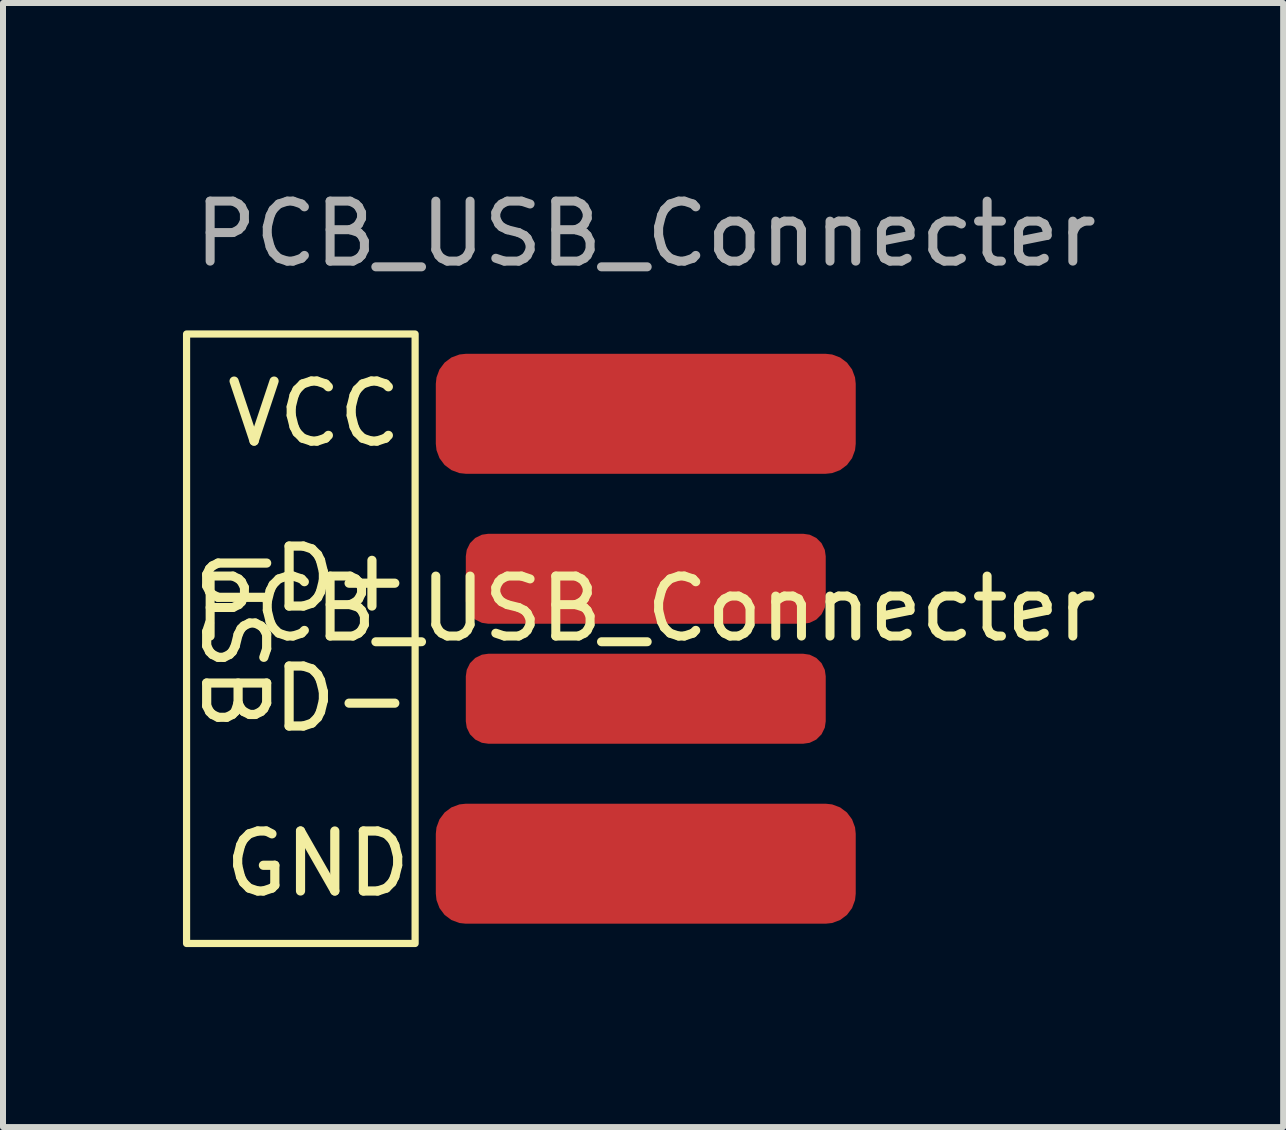
<source format=kicad_pcb>
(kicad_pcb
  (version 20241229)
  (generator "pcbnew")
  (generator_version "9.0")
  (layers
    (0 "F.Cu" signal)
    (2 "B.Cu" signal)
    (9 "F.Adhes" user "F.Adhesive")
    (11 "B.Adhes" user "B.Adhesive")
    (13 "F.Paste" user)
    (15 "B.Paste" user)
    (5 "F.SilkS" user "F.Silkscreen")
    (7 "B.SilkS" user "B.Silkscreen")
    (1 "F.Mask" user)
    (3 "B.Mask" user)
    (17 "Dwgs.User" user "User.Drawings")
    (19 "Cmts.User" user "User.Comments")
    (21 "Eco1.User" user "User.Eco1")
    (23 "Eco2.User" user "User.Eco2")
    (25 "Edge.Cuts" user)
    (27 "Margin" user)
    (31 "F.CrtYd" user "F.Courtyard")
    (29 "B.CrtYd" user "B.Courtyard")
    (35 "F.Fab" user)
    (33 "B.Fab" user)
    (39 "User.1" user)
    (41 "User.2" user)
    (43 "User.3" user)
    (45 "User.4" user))
  (footprint "PCB_USB_Connecter"
    (layer "F.Cu")
    (at 7.715 7.598)
    (property "Reference" "PCB_USB_Connecter" (at 0 -0.5 0) (unlocked yes) (layer "F.SilkS") (effects (font (size 1 1) (thickness 0.15))))
    (attr smd)
    (fp_rect (start -7.655 -5.08) (end -3.845 5.08) (stroke (width 0.12) (type default)) (fill no) (layer "F.SilkS"))
    (fp_text user "USB" (at -7.45 0 270) (unlocked yes) (layer "F.SilkS") (effects (font (size 1 1) (thickness 0.153)) (justify bottom)))
    (fp_text user "GND" (at -3.845 3.75 0) (unlocked yes) (layer "F.SilkS") (effects (font (size 1 1) (thickness 0.153)) (justify right)))
    (fp_text user "D-" (at -3.845 1 0) (unlocked yes) (layer "F.SilkS") (effects (font (size 1 1) (thickness 0.153)) (justify right)))
    (fp_text user "VCC" (at -4 -3.75 0) (unlocked yes) (layer "F.SilkS") (effects (font (size 1 1) (thickness 0.153)) (justify right)))
    (fp_text user "D+" (at -3.845 -1 0) (unlocked yes) (layer "F.SilkS") (effects (font (size 1 1) (thickness 0.153)) (justify right)))
    (fp_text user "${REFERENCE}" (at 0 -6.75 0) (unlocked yes) (layer "F.Fab") (effects (font (size 1 1) (thickness 0.15))))
    (pad "1" connect roundrect (at 0 -3.75) (size 7 2) (layers "F.Cu" "F.Mask") (roundrect_rratio 0.25))
    (pad "2" connect roundrect (at 0 -1) (size 6 1.5) (layers "F.Cu" "F.Mask") (roundrect_rratio 0.25))
    (pad "3" connect roundrect (at 0 1) (size 6 1.5) (layers "F.Cu" "F.Mask") (roundrect_rratio 0.25))
    (pad "4" connect roundrect (at 0 3.75) (size 7 2) (layers "F.Cu" "F.Mask") (roundrect_rratio 0.25)))
  (gr_rect
    (start -3 -3)
    (end 18.34 15.738)
    (stroke (width 0.1) (type default))
    (fill no)
    (layer "Edge.Cuts")))
</source>
